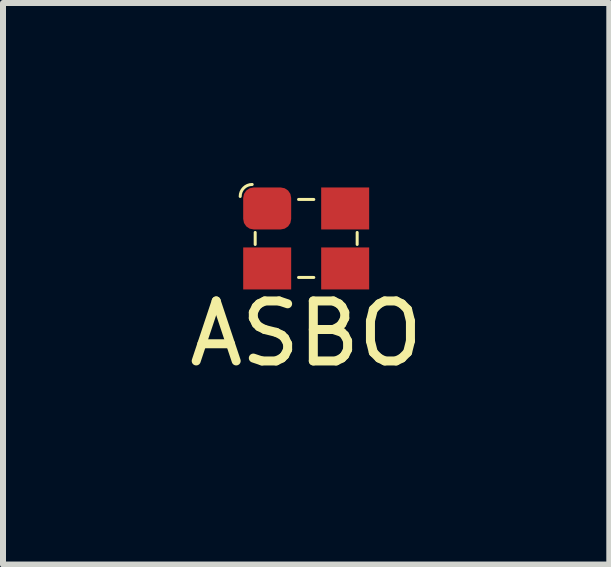
<source format=kicad_pcb>
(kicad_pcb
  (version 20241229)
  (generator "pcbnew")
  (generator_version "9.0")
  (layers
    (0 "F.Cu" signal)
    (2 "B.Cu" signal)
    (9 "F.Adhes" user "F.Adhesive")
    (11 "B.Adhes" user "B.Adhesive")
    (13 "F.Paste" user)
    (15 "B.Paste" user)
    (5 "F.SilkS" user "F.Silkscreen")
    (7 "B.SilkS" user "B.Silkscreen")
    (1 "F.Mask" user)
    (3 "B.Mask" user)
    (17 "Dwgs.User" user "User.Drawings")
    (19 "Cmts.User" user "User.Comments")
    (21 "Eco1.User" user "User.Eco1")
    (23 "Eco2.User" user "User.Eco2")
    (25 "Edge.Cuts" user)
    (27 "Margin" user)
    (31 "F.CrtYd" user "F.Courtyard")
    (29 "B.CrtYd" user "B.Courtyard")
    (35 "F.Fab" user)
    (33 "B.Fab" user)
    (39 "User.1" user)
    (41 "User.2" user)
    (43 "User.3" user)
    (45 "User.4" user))
  (footprint "ASBO"
    (layer "F.Cu")
    (at 2.054 0.925)
    (property "Reference" "ASBO" (at 0 1.587 0) (layer "F.SilkS") (effects (font (size 1 1) (thickness 0.15))))
    (attr through_hole)
    (fp_line (start -0.85 0.1) (end -0.85 -0.1) (stroke (width 0.05) (type solid)) (layer "F.SilkS"))
    (fp_line (start -0.127 0.65) (end 0.127 0.65) (stroke (width 0.05) (type solid)) (layer "F.SilkS"))
    (fp_line (start 0.127 -0.65) (end -0.127 -0.65) (stroke (width 0.05) (type solid)) (layer "F.SilkS"))
    (fp_line (start 0.85 0.1) (end 0.85 -0.1) (stroke (width 0.05) (type solid)) (layer "F.SilkS"))
    (fp_arc (start -1.1 -0.7) (mid -1.041421 -0.841421) (end -0.9 -0.9) (stroke (width 0.05) (type solid)) (layer "F.SilkS"))
    (pad "1" smd roundrect (at -0.65 -0.5) (size 0.8 0.7) (layers "F.Cu" "F.Mask" "F.Paste") (roundrect_rratio 0.25))
    (pad "2" smd rect (at -0.65 0.5) (size 0.8 0.7) (layers "F.Cu" "F.Mask" "F.Paste"))
    (pad "3" smd rect (at 0.65 0.5) (size 0.8 0.7) (layers "F.Cu" "F.Mask" "F.Paste"))
    (pad "4" smd rect (at 0.65 -0.5) (size 0.8 0.7) (layers "F.Cu" "F.Mask" "F.Paste")))
  (gr_rect
    (start -3 -3)
    (end 7.107 6.361)
    (stroke (width 0.1) (type default))
    (fill no)
    (layer "Edge.Cuts")))
</source>
